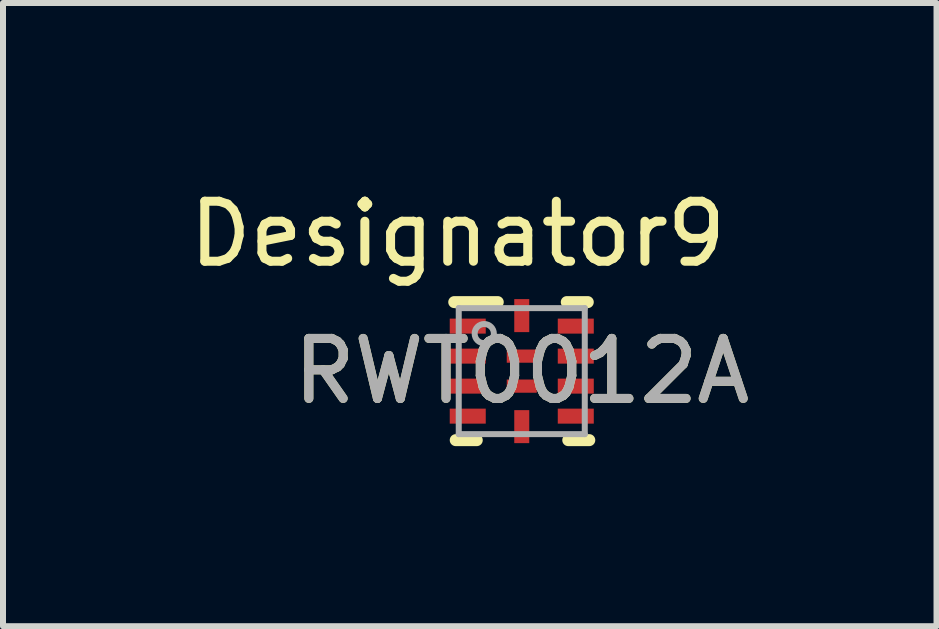
<source format=kicad_pcb>
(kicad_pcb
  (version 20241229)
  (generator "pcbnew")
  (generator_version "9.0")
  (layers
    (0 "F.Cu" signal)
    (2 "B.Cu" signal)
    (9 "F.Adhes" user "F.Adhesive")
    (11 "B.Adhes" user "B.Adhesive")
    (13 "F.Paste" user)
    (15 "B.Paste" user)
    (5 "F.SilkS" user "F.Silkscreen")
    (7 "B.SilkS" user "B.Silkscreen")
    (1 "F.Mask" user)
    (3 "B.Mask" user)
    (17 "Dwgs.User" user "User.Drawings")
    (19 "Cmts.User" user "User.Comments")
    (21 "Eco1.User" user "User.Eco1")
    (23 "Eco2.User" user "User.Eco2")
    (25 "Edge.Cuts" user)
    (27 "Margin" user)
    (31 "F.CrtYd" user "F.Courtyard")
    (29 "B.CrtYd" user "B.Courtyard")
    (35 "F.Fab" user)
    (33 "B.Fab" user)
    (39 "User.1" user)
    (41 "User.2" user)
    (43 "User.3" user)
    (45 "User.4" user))
  (footprint "RWT0012A"
    (layer "F.Cu")
    (at 5.644 3.134)
    (property "Reference" "RWT0012A" (at 0 0 0) (unlocked yes) (layer "F.SilkS") (effects (font (size 1 1) (thickness 0.15))))
    (attr smd)
    (fp_line (start -1.125 -1.15) (end -0.4 -1.15) (stroke (width 0.2) (type solid)) (layer "F.SilkS"))
    (fp_line (start -1.1 1.15) (end -0.75 1.15) (stroke (width 0.2) (type solid)) (layer "F.SilkS"))
    (fp_line (start 0.75 -1.15) (end 1.1 -1.15) (stroke (width 0.2) (type solid)) (layer "F.SilkS"))
    (fp_line (start 0.775 1.15) (end 1.125 1.15) (stroke (width 0.2) (type solid)) (layer "F.SilkS"))
    (fp_line (start -1.05 -1.05) (end 1.05 -1.05) (stroke (width 0.1) (type solid)) (layer "F.Fab"))
    (fp_line (start -1.05 1.05) (end -1.05 -1.05) (stroke (width 0.1) (type solid)) (layer "F.Fab"))
    (fp_line (start -1.05 1.05) (end 1.05 1.05) (stroke (width 0.1) (type solid)) (layer "F.Fab"))
    (fp_line (start 1.05 1.05) (end 1.05 -1.05) (stroke (width 0.1) (type solid)) (layer "F.Fab"))
    (fp_circle (center -0.625 -0.625) (end -0.465 -0.625) (stroke (width 0.1) (type solid)) (fill no) (layer "F.Fab"))
    (fp_text user "Designator9" (at -1.067 -2.286 0) (unlocked yes) (layer "F.SilkS") (effects (font (size 1 1) (thickness 0.15))))
    (fp_text user "${REFERENCE}" (at 0 0 0) (unlocked yes) (layer "F.Fab") (effects (font (size 1 1) (thickness 0.15))))
    (pad "1" smd rect (at -0.9 -0.75) (size 0.6 0.25) (layers "F.Cu" "F.Mask" "F.Paste"))
    (pad "2" smd rect (at -0.9 -0.25) (size 0.6 0.25) (layers "F.Cu" "F.Mask" "F.Paste"))
    (pad "3" smd rect (at -0.9 0.25) (size 0.6 0.25) (layers "F.Cu" "F.Mask" "F.Paste"))
    (pad "4" smd rect (at -0.9 0.75) (size 0.6 0.25) (layers "F.Cu" "F.Mask" "F.Paste"))
    (pad "5" smd rect (at 0 0.925 90) (size 0.55 0.25) (layers "F.Cu" "F.Mask" "F.Paste"))
    (pad "6" smd rect (at 0.9 0.75) (size 0.6 0.25) (layers "F.Cu" "F.Mask" "F.Paste"))
    (pad "7" smd rect (at 0.9 0.25) (size 0.6 0.25) (layers "F.Cu" "F.Mask" "F.Paste"))
    (pad "8" smd rect (at 0.9 -0.25) (size 0.6 0.25) (layers "F.Cu" "F.Mask" "F.Paste"))
    (pad "9" smd rect (at 0.9 -0.75) (size 0.6 0.25) (layers "F.Cu" "F.Mask" "F.Paste"))
    (pad "10" smd rect (at 0 -0.925 90) (size 0.55 0.25) (layers "F.Cu" "F.Mask" "F.Paste"))
    (pad "11" smd rect (at 0 -0.25) (size 0.5 0.22) (layers "F.Cu" "F.Mask" "F.Paste"))
    (pad "12" smd rect (at 0 0.25) (size 0.5 0.22) (layers "F.Cu" "F.Mask" "F.Paste")))
  (gr_rect
    (start -3 -3)
    (end 12.555 7.384)
    (stroke (width 0.1) (type default))
    (fill no)
    (layer "Edge.Cuts")))
</source>
